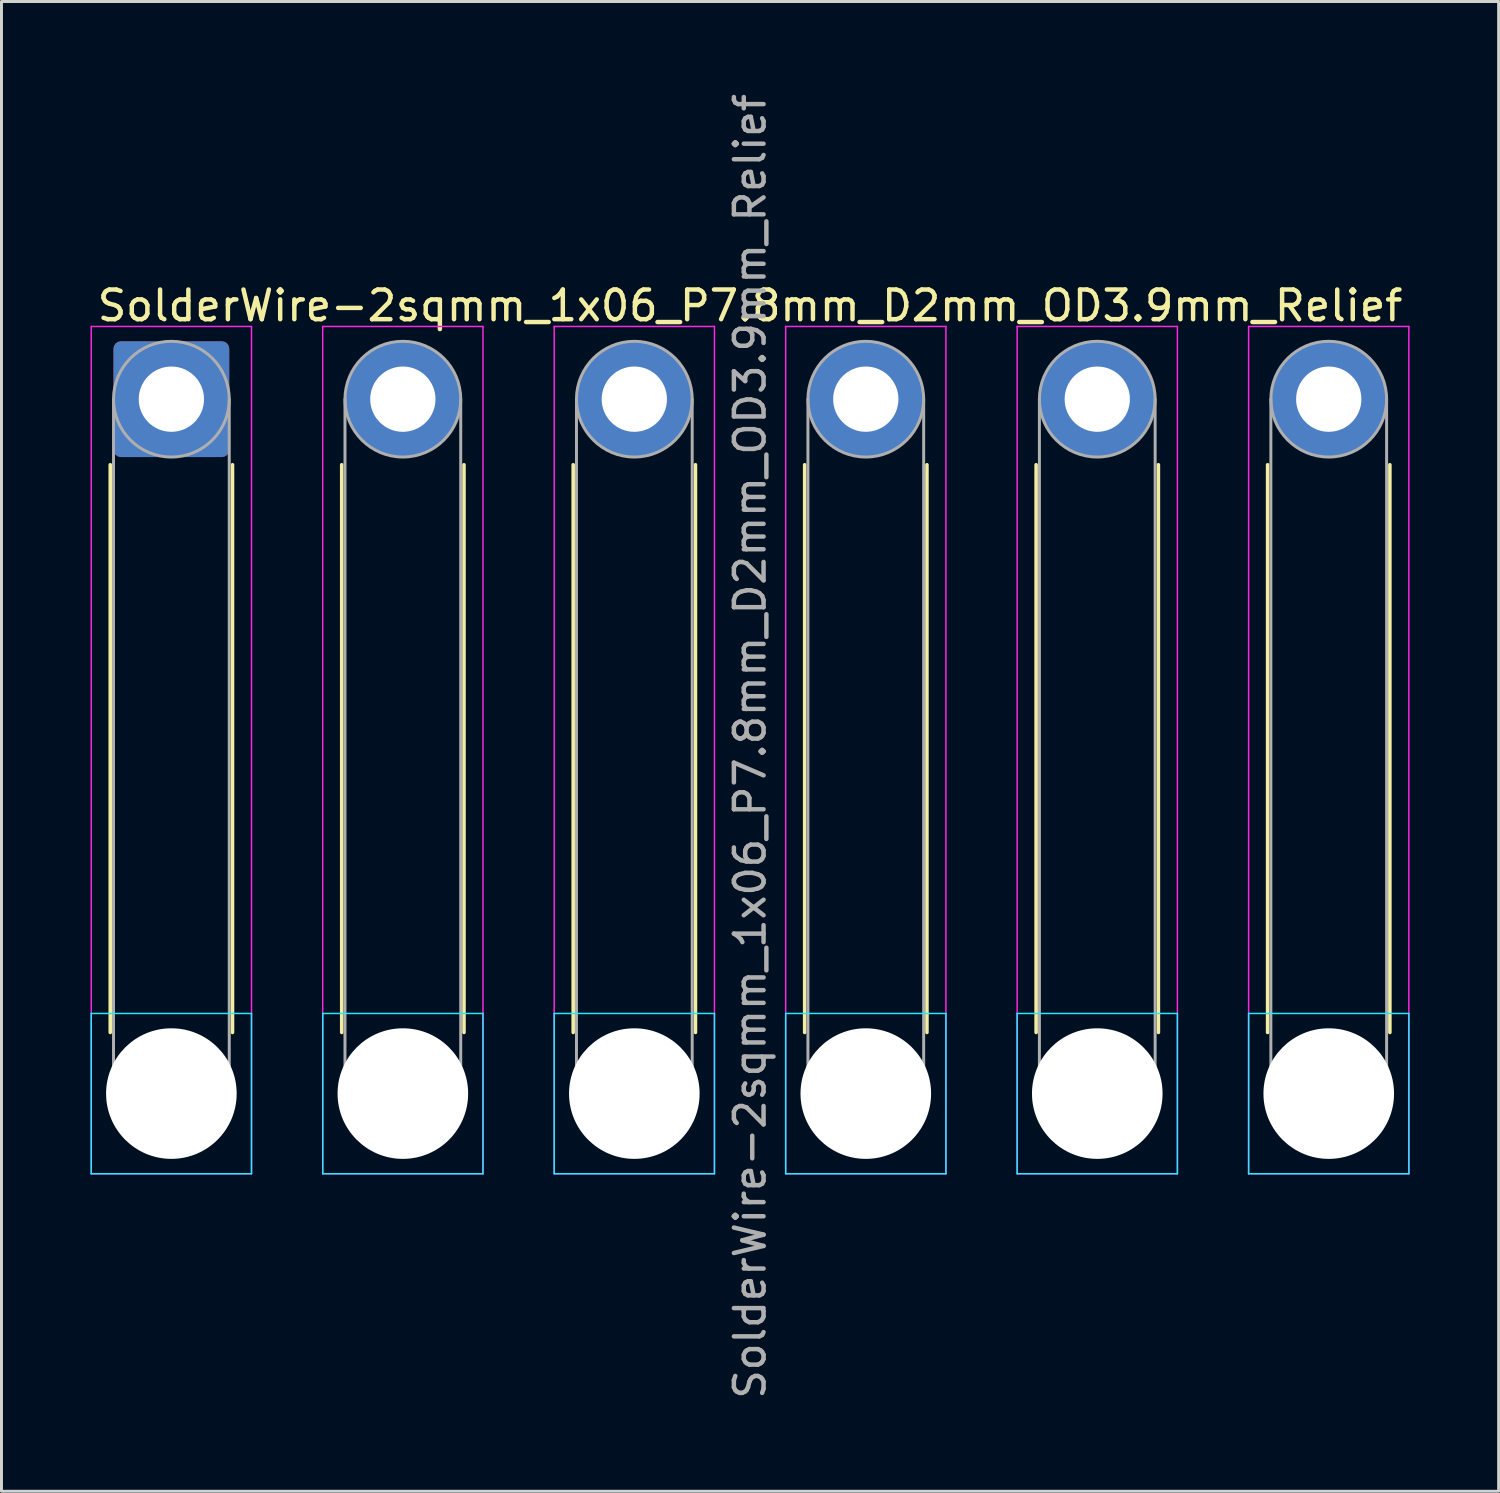
<source format=kicad_pcb>
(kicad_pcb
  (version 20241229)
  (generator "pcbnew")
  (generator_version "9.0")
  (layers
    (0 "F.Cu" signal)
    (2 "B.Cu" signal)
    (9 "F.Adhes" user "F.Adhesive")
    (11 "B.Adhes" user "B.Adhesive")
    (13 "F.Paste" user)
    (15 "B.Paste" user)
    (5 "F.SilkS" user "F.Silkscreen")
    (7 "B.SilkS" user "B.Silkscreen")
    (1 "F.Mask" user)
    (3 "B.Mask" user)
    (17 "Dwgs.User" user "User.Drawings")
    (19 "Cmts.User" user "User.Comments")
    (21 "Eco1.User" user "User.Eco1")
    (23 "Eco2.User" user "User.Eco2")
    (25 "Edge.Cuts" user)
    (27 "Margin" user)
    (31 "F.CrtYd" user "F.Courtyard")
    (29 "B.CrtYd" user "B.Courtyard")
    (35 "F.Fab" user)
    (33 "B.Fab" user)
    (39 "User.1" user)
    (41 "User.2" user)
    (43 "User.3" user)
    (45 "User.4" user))
  (footprint "SolderWire-2sqmm_1x06_P7.8mm_D2mm_OD3.9mm_Relief"
    (layer "F.Cu")
    (at 2.725 10.401)
    (property "Reference" "SolderWire-2sqmm_1x06_P7.8mm_D2mm_OD3.9mm_Relief" (at 19.5 -3.15 0) (layer "F.SilkS") (effects (font (size 1 1) (thickness 0.15))))
    (attr exclude_from_pos_files exclude_from_bom)
    (fp_line (start -2.06 2.21) (end -2.06 21.34) (stroke (width 0.12) (type solid)) (layer "F.SilkS"))
    (fp_line (start 2.06 2.21) (end 2.06 21.34) (stroke (width 0.12) (type solid)) (layer "F.SilkS"))
    (fp_line (start 5.74 2.21) (end 5.74 21.34) (stroke (width 0.12) (type solid)) (layer "F.SilkS"))
    (fp_line (start 9.86 2.21) (end 9.86 21.34) (stroke (width 0.12) (type solid)) (layer "F.SilkS"))
    (fp_line (start 13.54 2.21) (end 13.54 21.34) (stroke (width 0.12) (type solid)) (layer "F.SilkS"))
    (fp_line (start 17.66 2.21) (end 17.66 21.34) (stroke (width 0.12) (type solid)) (layer "F.SilkS"))
    (fp_line (start 21.34 2.21) (end 21.34 21.34) (stroke (width 0.12) (type solid)) (layer "F.SilkS"))
    (fp_line (start 25.46 2.21) (end 25.46 21.34) (stroke (width 0.12) (type solid)) (layer "F.SilkS"))
    (fp_line (start 29.14 2.21) (end 29.14 21.34) (stroke (width 0.12) (type solid)) (layer "F.SilkS"))
    (fp_line (start 33.26 2.21) (end 33.26 21.34) (stroke (width 0.12) (type solid)) (layer "F.SilkS"))
    (fp_line (start 36.94 2.21) (end 36.94 21.34) (stroke (width 0.12) (type solid)) (layer "F.SilkS"))
    (fp_line (start 41.06 2.21) (end 41.06 21.34) (stroke (width 0.12) (type solid)) (layer "F.SilkS"))
    (fp_line (start -2.7 20.7) (end -2.7 26.1) (stroke (width 0.05) (type solid)) (layer "B.CrtYd"))
    (fp_line (start -2.7 26.1) (end 2.7 26.1) (stroke (width 0.05) (type solid)) (layer "B.CrtYd"))
    (fp_line (start 2.7 20.7) (end -2.7 20.7) (stroke (width 0.05) (type solid)) (layer "B.CrtYd"))
    (fp_line (start 2.7 26.1) (end 2.7 20.7) (stroke (width 0.05) (type solid)) (layer "B.CrtYd"))
    (fp_line (start 5.1 20.7) (end 5.1 26.1) (stroke (width 0.05) (type solid)) (layer "B.CrtYd"))
    (fp_line (start 5.1 26.1) (end 10.5 26.1) (stroke (width 0.05) (type solid)) (layer "B.CrtYd"))
    (fp_line (start 10.5 20.7) (end 5.1 20.7) (stroke (width 0.05) (type solid)) (layer "B.CrtYd"))
    (fp_line (start 10.5 26.1) (end 10.5 20.7) (stroke (width 0.05) (type solid)) (layer "B.CrtYd"))
    (fp_line (start 12.9 20.7) (end 12.9 26.1) (stroke (width 0.05) (type solid)) (layer "B.CrtYd"))
    (fp_line (start 12.9 26.1) (end 18.3 26.1) (stroke (width 0.05) (type solid)) (layer "B.CrtYd"))
    (fp_line (start 18.3 20.7) (end 12.9 20.7) (stroke (width 0.05) (type solid)) (layer "B.CrtYd"))
    (fp_line (start 18.3 26.1) (end 18.3 20.7) (stroke (width 0.05) (type solid)) (layer "B.CrtYd"))
    (fp_line (start 20.7 20.7) (end 20.7 26.1) (stroke (width 0.05) (type solid)) (layer "B.CrtYd"))
    (fp_line (start 20.7 26.1) (end 26.1 26.1) (stroke (width 0.05) (type solid)) (layer "B.CrtYd"))
    (fp_line (start 26.1 20.7) (end 20.7 20.7) (stroke (width 0.05) (type solid)) (layer "B.CrtYd"))
    (fp_line (start 26.1 26.1) (end 26.1 20.7) (stroke (width 0.05) (type solid)) (layer "B.CrtYd"))
    (fp_line (start 28.5 20.7) (end 28.5 26.1) (stroke (width 0.05) (type solid)) (layer "B.CrtYd"))
    (fp_line (start 28.5 26.1) (end 33.9 26.1) (stroke (width 0.05) (type solid)) (layer "B.CrtYd"))
    (fp_line (start 33.9 20.7) (end 28.5 20.7) (stroke (width 0.05) (type solid)) (layer "B.CrtYd"))
    (fp_line (start 33.9 26.1) (end 33.9 20.7) (stroke (width 0.05) (type solid)) (layer "B.CrtYd"))
    (fp_line (start 36.3 20.7) (end 36.3 26.1) (stroke (width 0.05) (type solid)) (layer "B.CrtYd"))
    (fp_line (start 36.3 26.1) (end 41.7 26.1) (stroke (width 0.05) (type solid)) (layer "B.CrtYd"))
    (fp_line (start 41.7 20.7) (end 36.3 20.7) (stroke (width 0.05) (type solid)) (layer "B.CrtYd"))
    (fp_line (start 41.7 26.1) (end 41.7 20.7) (stroke (width 0.05) (type solid)) (layer "B.CrtYd"))
    (fp_line (start -2.7 -2.45) (end -2.7 26.1) (stroke (width 0.05) (type solid)) (layer "F.CrtYd"))
    (fp_line (start -2.7 26.1) (end 2.7 26.1) (stroke (width 0.05) (type solid)) (layer "F.CrtYd"))
    (fp_line (start 2.7 -2.45) (end -2.7 -2.45) (stroke (width 0.05) (type solid)) (layer "F.CrtYd"))
    (fp_line (start 2.7 26.1) (end 2.7 -2.45) (stroke (width 0.05) (type solid)) (layer "F.CrtYd"))
    (fp_line (start 5.1 -2.45) (end 5.1 26.1) (stroke (width 0.05) (type solid)) (layer "F.CrtYd"))
    (fp_line (start 5.1 26.1) (end 10.5 26.1) (stroke (width 0.05) (type solid)) (layer "F.CrtYd"))
    (fp_line (start 10.5 -2.45) (end 5.1 -2.45) (stroke (width 0.05) (type solid)) (layer "F.CrtYd"))
    (fp_line (start 10.5 26.1) (end 10.5 -2.45) (stroke (width 0.05) (type solid)) (layer "F.CrtYd"))
    (fp_line (start 12.9 -2.45) (end 12.9 26.1) (stroke (width 0.05) (type solid)) (layer "F.CrtYd"))
    (fp_line (start 12.9 26.1) (end 18.3 26.1) (stroke (width 0.05) (type solid)) (layer "F.CrtYd"))
    (fp_line (start 18.3 -2.45) (end 12.9 -2.45) (stroke (width 0.05) (type solid)) (layer "F.CrtYd"))
    (fp_line (start 18.3 26.1) (end 18.3 -2.45) (stroke (width 0.05) (type solid)) (layer "F.CrtYd"))
    (fp_line (start 20.7 -2.45) (end 20.7 26.1) (stroke (width 0.05) (type solid)) (layer "F.CrtYd"))
    (fp_line (start 20.7 26.1) (end 26.1 26.1) (stroke (width 0.05) (type solid)) (layer "F.CrtYd"))
    (fp_line (start 26.1 -2.45) (end 20.7 -2.45) (stroke (width 0.05) (type solid)) (layer "F.CrtYd"))
    (fp_line (start 26.1 26.1) (end 26.1 -2.45) (stroke (width 0.05) (type solid)) (layer "F.CrtYd"))
    (fp_line (start 28.5 -2.45) (end 28.5 26.1) (stroke (width 0.05) (type solid)) (layer "F.CrtYd"))
    (fp_line (start 28.5 26.1) (end 33.9 26.1) (stroke (width 0.05) (type solid)) (layer "F.CrtYd"))
    (fp_line (start 33.9 -2.45) (end 28.5 -2.45) (stroke (width 0.05) (type solid)) (layer "F.CrtYd"))
    (fp_line (start 33.9 26.1) (end 33.9 -2.45) (stroke (width 0.05) (type solid)) (layer "F.CrtYd"))
    (fp_line (start 36.3 -2.45) (end 36.3 26.1) (stroke (width 0.05) (type solid)) (layer "F.CrtYd"))
    (fp_line (start 36.3 26.1) (end 41.7 26.1) (stroke (width 0.05) (type solid)) (layer "F.CrtYd"))
    (fp_line (start 41.7 -2.45) (end 36.3 -2.45) (stroke (width 0.05) (type solid)) (layer "F.CrtYd"))
    (fp_line (start 41.7 26.1) (end 41.7 -2.45) (stroke (width 0.05) (type solid)) (layer "F.CrtYd"))
    (fp_line (start -1.95 0) (end -1.95 23.4) (stroke (width 0.1) (type solid)) (layer "F.Fab"))
    (fp_line (start 1.95 0) (end 1.95 23.4) (stroke (width 0.1) (type solid)) (layer "F.Fab"))
    (fp_line (start 5.85 0) (end 5.85 23.4) (stroke (width 0.1) (type solid)) (layer "F.Fab"))
    (fp_line (start 9.75 0) (end 9.75 23.4) (stroke (width 0.1) (type solid)) (layer "F.Fab"))
    (fp_line (start 13.65 0) (end 13.65 23.4) (stroke (width 0.1) (type solid)) (layer "F.Fab"))
    (fp_line (start 17.55 0) (end 17.55 23.4) (stroke (width 0.1) (type solid)) (layer "F.Fab"))
    (fp_line (start 21.45 0) (end 21.45 23.4) (stroke (width 0.1) (type solid)) (layer "F.Fab"))
    (fp_line (start 25.35 0) (end 25.35 23.4) (stroke (width 0.1) (type solid)) (layer "F.Fab"))
    (fp_line (start 29.25 0) (end 29.25 23.4) (stroke (width 0.1) (type solid)) (layer "F.Fab"))
    (fp_line (start 33.15 0) (end 33.15 23.4) (stroke (width 0.1) (type solid)) (layer "F.Fab"))
    (fp_line (start 37.05 0) (end 37.05 23.4) (stroke (width 0.1) (type solid)) (layer "F.Fab"))
    (fp_line (start 40.95 0) (end 40.95 23.4) (stroke (width 0.1) (type solid)) (layer "F.Fab"))
    (fp_circle (center 0 0) (end 1.95 0) (stroke (width 0.1) (type solid)) (fill no) (layer "F.Fab"))
    (fp_circle (center 0 23.4) (end 1.95 23.4) (stroke (width 0.1) (type solid)) (fill no) (layer "F.Fab"))
    (fp_circle (center 7.8 0) (end 9.75 0) (stroke (width 0.1) (type solid)) (fill no) (layer "F.Fab"))
    (fp_circle (center 7.8 23.4) (end 9.75 23.4) (stroke (width 0.1) (type solid)) (fill no) (layer "F.Fab"))
    (fp_circle (center 15.6 0) (end 17.55 0) (stroke (width 0.1) (type solid)) (fill no) (layer "F.Fab"))
    (fp_circle (center 15.6 23.4) (end 17.55 23.4) (stroke (width 0.1) (type solid)) (fill no) (layer "F.Fab"))
    (fp_circle (center 23.4 0) (end 25.35 0) (stroke (width 0.1) (type solid)) (fill no) (layer "F.Fab"))
    (fp_circle (center 23.4 23.4) (end 25.35 23.4) (stroke (width 0.1) (type solid)) (fill no) (layer "F.Fab"))
    (fp_circle (center 31.2 0) (end 33.15 0) (stroke (width 0.1) (type solid)) (fill no) (layer "F.Fab"))
    (fp_circle (center 31.2 23.4) (end 33.15 23.4) (stroke (width 0.1) (type solid)) (fill no) (layer "F.Fab"))
    (fp_circle (center 39 0) (end 40.95 0) (stroke (width 0.1) (type solid)) (fill no) (layer "F.Fab"))
    (fp_circle (center 39 23.4) (end 40.95 23.4) (stroke (width 0.1) (type solid)) (fill no) (layer "F.Fab"))
    (fp_text user "${REFERENCE}" (at 19.5 11.7 90) (layer "F.Fab") (effects (font (size 1 1) (thickness 0.15))))
    (pad "" np_thru_hole circle (at 0 23.4) (size 4.4 4.4) (drill 4.4) (layers "*.Cu" "*.Mask"))
    (pad "" np_thru_hole circle (at 7.8 23.4) (size 4.4 4.4) (drill 4.4) (layers "*.Cu" "*.Mask"))
    (pad "" np_thru_hole circle (at 15.6 23.4) (size 4.4 4.4) (drill 4.4) (layers "*.Cu" "*.Mask"))
    (pad "" np_thru_hole circle (at 23.4 23.4) (size 4.4 4.4) (drill 4.4) (layers "*.Cu" "*.Mask"))
    (pad "" np_thru_hole circle (at 31.2 23.4) (size 4.4 4.4) (drill 4.4) (layers "*.Cu" "*.Mask"))
    (pad "" np_thru_hole circle (at 39 23.4) (size 4.4 4.4) (drill 4.4) (layers "*.Cu" "*.Mask"))
    (pad "1" thru_hole roundrect (at 0 0) (size 3.9 3.9) (drill 2.2) (layers "*.Cu" "*.Mask") (roundrect_rratio 0.064))
    (pad "2" thru_hole circle (at 7.8 0) (size 3.9 3.9) (drill 2.2) (layers "*.Cu" "*.Mask"))
    (pad "3" thru_hole circle (at 15.6 0) (size 3.9 3.9) (drill 2.2) (layers "*.Cu" "*.Mask"))
    (pad "4" thru_hole circle (at 23.4 0) (size 3.9 3.9) (drill 2.2) (layers "*.Cu" "*.Mask"))
    (pad "5" thru_hole circle (at 31.2 0) (size 3.9 3.9) (drill 2.2) (layers "*.Cu" "*.Mask"))
    (pad "6" thru_hole circle (at 39 0) (size 3.9 3.9) (drill 2.2) (layers "*.Cu" "*.Mask")))
  (gr_rect
    (start -3 -3)
    (end 47.45 47.202)
    (stroke (width 0.1) (type default))
    (fill no)
    (layer "Edge.Cuts")))
</source>
